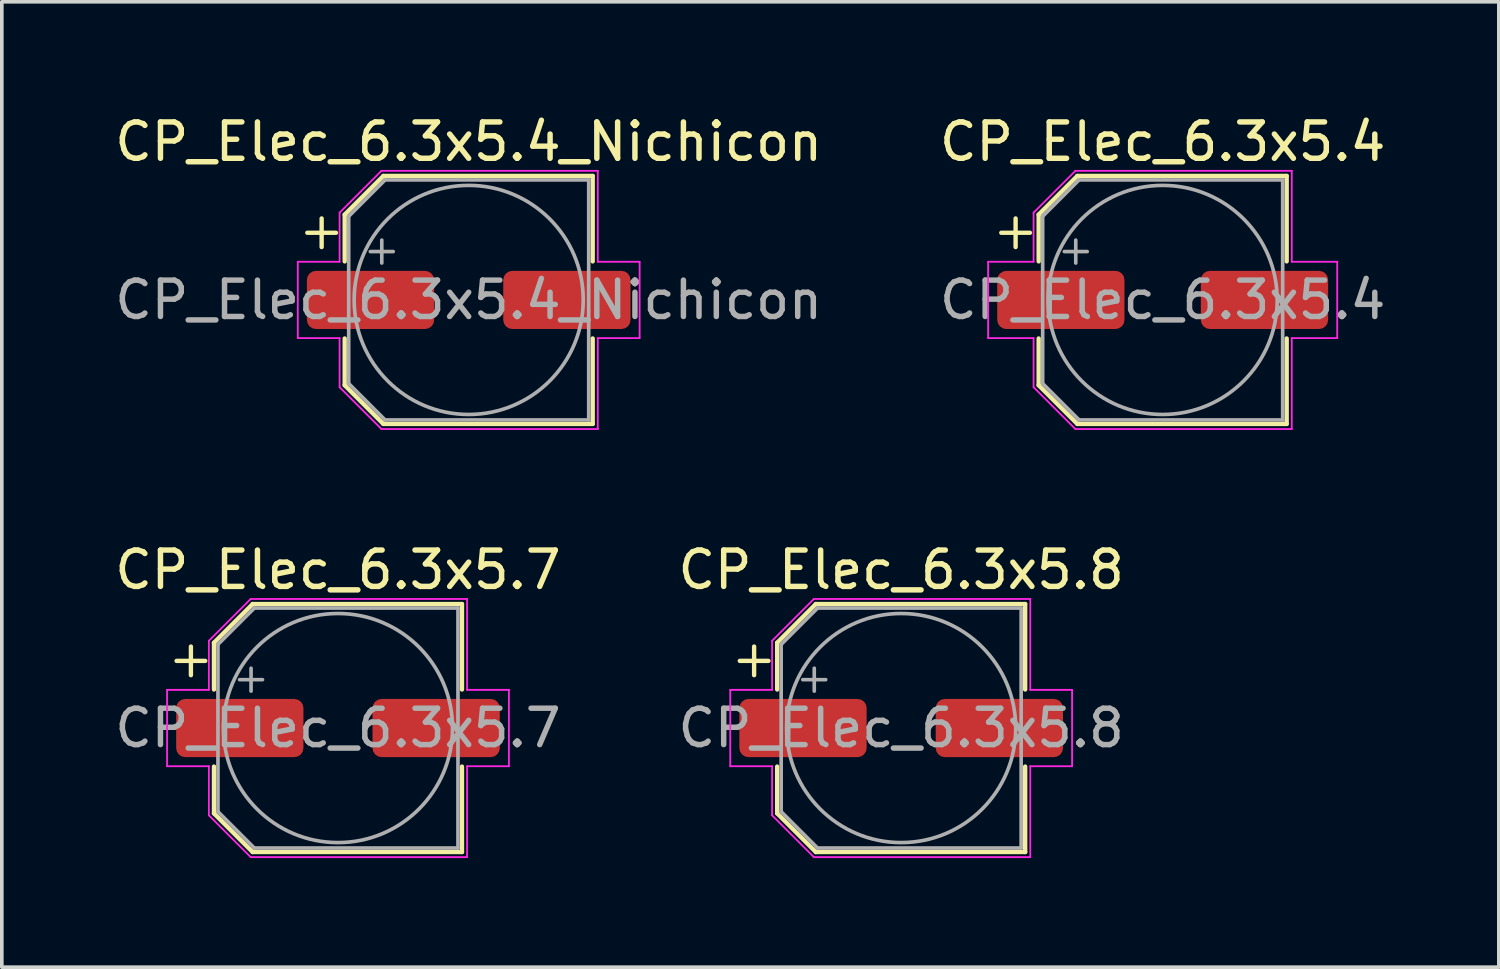
<source format=kicad_pcb>
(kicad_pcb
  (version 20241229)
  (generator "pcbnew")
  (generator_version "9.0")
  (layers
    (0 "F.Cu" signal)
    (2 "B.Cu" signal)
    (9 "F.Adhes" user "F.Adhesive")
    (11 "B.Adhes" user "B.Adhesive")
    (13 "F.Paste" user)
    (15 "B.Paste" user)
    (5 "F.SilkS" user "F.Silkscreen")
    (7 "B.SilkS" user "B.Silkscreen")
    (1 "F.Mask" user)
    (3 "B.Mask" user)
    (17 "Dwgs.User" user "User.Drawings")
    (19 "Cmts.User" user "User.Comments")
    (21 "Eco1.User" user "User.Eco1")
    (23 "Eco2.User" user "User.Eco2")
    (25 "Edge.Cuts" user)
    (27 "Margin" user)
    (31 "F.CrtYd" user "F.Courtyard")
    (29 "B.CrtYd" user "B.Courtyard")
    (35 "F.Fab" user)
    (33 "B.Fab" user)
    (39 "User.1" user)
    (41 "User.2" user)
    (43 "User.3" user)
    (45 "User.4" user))
  (footprint "CP_Elec_6.3x5.4"
    (layer "F.Cu")
    (at 28.923 5.198)
    (property "Reference" "CP_Elec_6.3x5.4" (at 0 -4.35 0) (layer "F.SilkS") (effects (font (size 1 1) (thickness 0.15))))
    (attr smd)
    (fp_line (start -4.438 -1.847) (end -3.65 -1.847) (stroke (width 0.12) (type solid)) (layer "F.SilkS"))
    (fp_line (start -4.044 -2.241) (end -4.044 -1.454) (stroke (width 0.12) (type solid)) (layer "F.SilkS"))
    (fp_line (start -3.41 -2.346) (end -3.41 -1.06) (stroke (width 0.12) (type solid)) (layer "F.SilkS"))
    (fp_line (start -3.41 -2.346) (end -2.346 -3.41) (stroke (width 0.12) (type solid)) (layer "F.SilkS"))
    (fp_line (start -3.41 2.346) (end -3.41 1.06) (stroke (width 0.12) (type solid)) (layer "F.SilkS"))
    (fp_line (start -3.41 2.346) (end -2.346 3.41) (stroke (width 0.12) (type solid)) (layer "F.SilkS"))
    (fp_line (start -2.346 -3.41) (end 3.41 -3.41) (stroke (width 0.12) (type solid)) (layer "F.SilkS"))
    (fp_line (start -2.346 3.41) (end 3.41 3.41) (stroke (width 0.12) (type solid)) (layer "F.SilkS"))
    (fp_line (start 3.41 -3.41) (end 3.41 -1.06) (stroke (width 0.12) (type solid)) (layer "F.SilkS"))
    (fp_line (start 3.41 3.41) (end 3.41 1.06) (stroke (width 0.12) (type solid)) (layer "F.SilkS"))
    (fp_line (start -4.8 -1.05) (end -4.8 1.05) (stroke (width 0.05) (type solid)) (layer "F.CrtYd"))
    (fp_line (start -4.8 1.05) (end -3.55 1.05) (stroke (width 0.05) (type solid)) (layer "F.CrtYd"))
    (fp_line (start -3.55 -2.4) (end -3.55 -1.05) (stroke (width 0.05) (type solid)) (layer "F.CrtYd"))
    (fp_line (start -3.55 -2.4) (end -2.4 -3.55) (stroke (width 0.05) (type solid)) (layer "F.CrtYd"))
    (fp_line (start -3.55 -1.05) (end -4.8 -1.05) (stroke (width 0.05) (type solid)) (layer "F.CrtYd"))
    (fp_line (start -3.55 1.05) (end -3.55 2.4) (stroke (width 0.05) (type solid)) (layer "F.CrtYd"))
    (fp_line (start -3.55 2.4) (end -2.4 3.55) (stroke (width 0.05) (type solid)) (layer "F.CrtYd"))
    (fp_line (start -2.4 -3.55) (end 3.55 -3.55) (stroke (width 0.05) (type solid)) (layer "F.CrtYd"))
    (fp_line (start -2.4 3.55) (end 3.55 3.55) (stroke (width 0.05) (type solid)) (layer "F.CrtYd"))
    (fp_line (start 3.55 -3.55) (end 3.55 -1.05) (stroke (width 0.05) (type solid)) (layer "F.CrtYd"))
    (fp_line (start 3.55 -1.05) (end 4.8 -1.05) (stroke (width 0.05) (type solid)) (layer "F.CrtYd"))
    (fp_line (start 3.55 1.05) (end 3.55 3.55) (stroke (width 0.05) (type solid)) (layer "F.CrtYd"))
    (fp_line (start 4.8 -1.05) (end 4.8 1.05) (stroke (width 0.05) (type solid)) (layer "F.CrtYd"))
    (fp_line (start 4.8 1.05) (end 3.55 1.05) (stroke (width 0.05) (type solid)) (layer "F.CrtYd"))
    (fp_line (start -3.3 -2.3) (end -3.3 2.3) (stroke (width 0.1) (type solid)) (layer "F.Fab"))
    (fp_line (start -3.3 -2.3) (end -2.3 -3.3) (stroke (width 0.1) (type solid)) (layer "F.Fab"))
    (fp_line (start -3.3 2.3) (end -2.3 3.3) (stroke (width 0.1) (type solid)) (layer "F.Fab"))
    (fp_line (start -2.705 -1.33) (end -2.075 -1.33) (stroke (width 0.1) (type solid)) (layer "F.Fab"))
    (fp_line (start -2.39 -1.645) (end -2.39 -1.015) (stroke (width 0.1) (type solid)) (layer "F.Fab"))
    (fp_line (start -2.3 -3.3) (end 3.3 -3.3) (stroke (width 0.1) (type solid)) (layer "F.Fab"))
    (fp_line (start -2.3 3.3) (end 3.3 3.3) (stroke (width 0.1) (type solid)) (layer "F.Fab"))
    (fp_line (start 3.3 -3.3) (end 3.3 3.3) (stroke (width 0.1) (type solid)) (layer "F.Fab"))
    (fp_circle (center 0 0) (end 3.15 0) (stroke (width 0.1) (type solid)) (fill no) (layer "F.Fab"))
    (fp_text user "${REFERENCE}" (at 0 0 0) (layer "F.Fab") (effects (font (size 1 1) (thickness 0.15))))
    (pad "1" smd roundrect (at -2.8 0) (size 3.5 1.6) (layers "F.Cu" "F.Mask" "F.Paste") (roundrect_rratio 0.156))
    (pad "2" smd roundrect (at 2.8 0) (size 3.5 1.6) (layers "F.Cu" "F.Mask" "F.Paste") (roundrect_rratio 0.156)))
  (footprint "CP_Elec_6.3x5.8"
    (layer "F.Cu")
    (at 21.732 16.971)
    (property "Reference" "CP_Elec_6.3x5.8" (at 0 -4.35 0) (layer "F.SilkS") (effects (font (size 1 1) (thickness 0.15))))
    (attr smd)
    (fp_line (start -4.438 -1.847) (end -3.65 -1.847) (stroke (width 0.12) (type solid)) (layer "F.SilkS"))
    (fp_line (start -4.044 -2.241) (end -4.044 -1.454) (stroke (width 0.12) (type solid)) (layer "F.SilkS"))
    (fp_line (start -3.41 -2.346) (end -3.41 -1.06) (stroke (width 0.12) (type solid)) (layer "F.SilkS"))
    (fp_line (start -3.41 -2.346) (end -2.346 -3.41) (stroke (width 0.12) (type solid)) (layer "F.SilkS"))
    (fp_line (start -3.41 2.346) (end -3.41 1.06) (stroke (width 0.12) (type solid)) (layer "F.SilkS"))
    (fp_line (start -3.41 2.346) (end -2.346 3.41) (stroke (width 0.12) (type solid)) (layer "F.SilkS"))
    (fp_line (start -2.346 -3.41) (end 3.41 -3.41) (stroke (width 0.12) (type solid)) (layer "F.SilkS"))
    (fp_line (start -2.346 3.41) (end 3.41 3.41) (stroke (width 0.12) (type solid)) (layer "F.SilkS"))
    (fp_line (start 3.41 -3.41) (end 3.41 -1.06) (stroke (width 0.12) (type solid)) (layer "F.SilkS"))
    (fp_line (start 3.41 3.41) (end 3.41 1.06) (stroke (width 0.12) (type solid)) (layer "F.SilkS"))
    (fp_line (start -4.7 -1.05) (end -4.7 1.05) (stroke (width 0.05) (type solid)) (layer "F.CrtYd"))
    (fp_line (start -4.7 1.05) (end -3.55 1.05) (stroke (width 0.05) (type solid)) (layer "F.CrtYd"))
    (fp_line (start -3.55 -2.4) (end -3.55 -1.05) (stroke (width 0.05) (type solid)) (layer "F.CrtYd"))
    (fp_line (start -3.55 -2.4) (end -2.4 -3.55) (stroke (width 0.05) (type solid)) (layer "F.CrtYd"))
    (fp_line (start -3.55 -1.05) (end -4.7 -1.05) (stroke (width 0.05) (type solid)) (layer "F.CrtYd"))
    (fp_line (start -3.55 1.05) (end -3.55 2.4) (stroke (width 0.05) (type solid)) (layer "F.CrtYd"))
    (fp_line (start -3.55 2.4) (end -2.4 3.55) (stroke (width 0.05) (type solid)) (layer "F.CrtYd"))
    (fp_line (start -2.4 -3.55) (end 3.55 -3.55) (stroke (width 0.05) (type solid)) (layer "F.CrtYd"))
    (fp_line (start -2.4 3.55) (end 3.55 3.55) (stroke (width 0.05) (type solid)) (layer "F.CrtYd"))
    (fp_line (start 3.55 -3.55) (end 3.55 -1.05) (stroke (width 0.05) (type solid)) (layer "F.CrtYd"))
    (fp_line (start 3.55 -1.05) (end 4.7 -1.05) (stroke (width 0.05) (type solid)) (layer "F.CrtYd"))
    (fp_line (start 3.55 1.05) (end 3.55 3.55) (stroke (width 0.05) (type solid)) (layer "F.CrtYd"))
    (fp_line (start 4.7 -1.05) (end 4.7 1.05) (stroke (width 0.05) (type solid)) (layer "F.CrtYd"))
    (fp_line (start 4.7 1.05) (end 3.55 1.05) (stroke (width 0.05) (type solid)) (layer "F.CrtYd"))
    (fp_line (start -3.3 -2.3) (end -3.3 2.3) (stroke (width 0.1) (type solid)) (layer "F.Fab"))
    (fp_line (start -3.3 -2.3) (end -2.3 -3.3) (stroke (width 0.1) (type solid)) (layer "F.Fab"))
    (fp_line (start -3.3 2.3) (end -2.3 3.3) (stroke (width 0.1) (type solid)) (layer "F.Fab"))
    (fp_line (start -2.705 -1.33) (end -2.075 -1.33) (stroke (width 0.1) (type solid)) (layer "F.Fab"))
    (fp_line (start -2.39 -1.645) (end -2.39 -1.015) (stroke (width 0.1) (type solid)) (layer "F.Fab"))
    (fp_line (start -2.3 -3.3) (end 3.3 -3.3) (stroke (width 0.1) (type solid)) (layer "F.Fab"))
    (fp_line (start -2.3 3.3) (end 3.3 3.3) (stroke (width 0.1) (type solid)) (layer "F.Fab"))
    (fp_line (start 3.3 -3.3) (end 3.3 3.3) (stroke (width 0.1) (type solid)) (layer "F.Fab"))
    (fp_circle (center 0 0) (end 3.15 0) (stroke (width 0.1) (type solid)) (fill no) (layer "F.Fab"))
    (fp_text user "${REFERENCE}" (at 0 0 0) (layer "F.Fab") (effects (font (size 1 1) (thickness 0.15))))
    (pad "1" smd roundrect (at -2.7 0) (size 3.5 1.6) (layers "F.Cu" "F.Mask" "F.Paste") (roundrect_rratio 0.156))
    (pad "2" smd roundrect (at 2.7 0) (size 3.5 1.6) (layers "F.Cu" "F.Mask" "F.Paste") (roundrect_rratio 0.156)))
  (footprint "CP_Elec_6.3x5.7"
    (layer "F.Cu")
    (at 6.244 16.971)
    (property "Reference" "CP_Elec_6.3x5.7" (at 0 -4.35 0) (layer "F.SilkS") (effects (font (size 1 1) (thickness 0.15))))
    (attr smd)
    (fp_line (start -4.438 -1.847) (end -3.65 -1.847) (stroke (width 0.12) (type solid)) (layer "F.SilkS"))
    (fp_line (start -4.044 -2.241) (end -4.044 -1.454) (stroke (width 0.12) (type solid)) (layer "F.SilkS"))
    (fp_line (start -3.41 -2.346) (end -3.41 -1.06) (stroke (width 0.12) (type solid)) (layer "F.SilkS"))
    (fp_line (start -3.41 -2.346) (end -2.346 -3.41) (stroke (width 0.12) (type solid)) (layer "F.SilkS"))
    (fp_line (start -3.41 2.346) (end -3.41 1.06) (stroke (width 0.12) (type solid)) (layer "F.SilkS"))
    (fp_line (start -3.41 2.346) (end -2.346 3.41) (stroke (width 0.12) (type solid)) (layer "F.SilkS"))
    (fp_line (start -2.346 -3.41) (end 3.41 -3.41) (stroke (width 0.12) (type solid)) (layer "F.SilkS"))
    (fp_line (start -2.346 3.41) (end 3.41 3.41) (stroke (width 0.12) (type solid)) (layer "F.SilkS"))
    (fp_line (start 3.41 -3.41) (end 3.41 -1.06) (stroke (width 0.12) (type solid)) (layer "F.SilkS"))
    (fp_line (start 3.41 3.41) (end 3.41 1.06) (stroke (width 0.12) (type solid)) (layer "F.SilkS"))
    (fp_line (start -4.7 -1.05) (end -4.7 1.05) (stroke (width 0.05) (type solid)) (layer "F.CrtYd"))
    (fp_line (start -4.7 1.05) (end -3.55 1.05) (stroke (width 0.05) (type solid)) (layer "F.CrtYd"))
    (fp_line (start -3.55 -2.4) (end -3.55 -1.05) (stroke (width 0.05) (type solid)) (layer "F.CrtYd"))
    (fp_line (start -3.55 -2.4) (end -2.4 -3.55) (stroke (width 0.05) (type solid)) (layer "F.CrtYd"))
    (fp_line (start -3.55 -1.05) (end -4.7 -1.05) (stroke (width 0.05) (type solid)) (layer "F.CrtYd"))
    (fp_line (start -3.55 1.05) (end -3.55 2.4) (stroke (width 0.05) (type solid)) (layer "F.CrtYd"))
    (fp_line (start -3.55 2.4) (end -2.4 3.55) (stroke (width 0.05) (type solid)) (layer "F.CrtYd"))
    (fp_line (start -2.4 -3.55) (end 3.55 -3.55) (stroke (width 0.05) (type solid)) (layer "F.CrtYd"))
    (fp_line (start -2.4 3.55) (end 3.55 3.55) (stroke (width 0.05) (type solid)) (layer "F.CrtYd"))
    (fp_line (start 3.55 -3.55) (end 3.55 -1.05) (stroke (width 0.05) (type solid)) (layer "F.CrtYd"))
    (fp_line (start 3.55 -1.05) (end 4.7 -1.05) (stroke (width 0.05) (type solid)) (layer "F.CrtYd"))
    (fp_line (start 3.55 1.05) (end 3.55 3.55) (stroke (width 0.05) (type solid)) (layer "F.CrtYd"))
    (fp_line (start 4.7 -1.05) (end 4.7 1.05) (stroke (width 0.05) (type solid)) (layer "F.CrtYd"))
    (fp_line (start 4.7 1.05) (end 3.55 1.05) (stroke (width 0.05) (type solid)) (layer "F.CrtYd"))
    (fp_line (start -3.3 -2.3) (end -3.3 2.3) (stroke (width 0.1) (type solid)) (layer "F.Fab"))
    (fp_line (start -3.3 -2.3) (end -2.3 -3.3) (stroke (width 0.1) (type solid)) (layer "F.Fab"))
    (fp_line (start -3.3 2.3) (end -2.3 3.3) (stroke (width 0.1) (type solid)) (layer "F.Fab"))
    (fp_line (start -2.705 -1.33) (end -2.075 -1.33) (stroke (width 0.1) (type solid)) (layer "F.Fab"))
    (fp_line (start -2.39 -1.645) (end -2.39 -1.015) (stroke (width 0.1) (type solid)) (layer "F.Fab"))
    (fp_line (start -2.3 -3.3) (end 3.3 -3.3) (stroke (width 0.1) (type solid)) (layer "F.Fab"))
    (fp_line (start -2.3 3.3) (end 3.3 3.3) (stroke (width 0.1) (type solid)) (layer "F.Fab"))
    (fp_line (start 3.3 -3.3) (end 3.3 3.3) (stroke (width 0.1) (type solid)) (layer "F.Fab"))
    (fp_circle (center 0 0) (end 3.15 0) (stroke (width 0.1) (type solid)) (fill no) (layer "F.Fab"))
    (fp_text user "${REFERENCE}" (at 0 0 0) (layer "F.Fab") (effects (font (size 1 1) (thickness 0.15))))
    (pad "1" smd roundrect (at -2.7 0) (size 3.5 1.6) (layers "F.Cu" "F.Mask" "F.Paste") (roundrect_rratio 0.156))
    (pad "2" smd roundrect (at 2.7 0) (size 3.5 1.6) (layers "F.Cu" "F.Mask" "F.Paste") (roundrect_rratio 0.156)))
  (footprint "CP_Elec_6.3x5.4_Nichicon"
    (layer "F.Cu")
    (at 9.839 5.198)
    (property "Reference" "CP_Elec_6.3x5.4_Nichicon" (at 0 -4.35 0) (layer "F.SilkS") (effects (font (size 1 1) (thickness 0.15))))
    (attr smd)
    (fp_line (start -4.438 -1.847) (end -3.65 -1.847) (stroke (width 0.12) (type solid)) (layer "F.SilkS"))
    (fp_line (start -4.044 -2.241) (end -4.044 -1.454) (stroke (width 0.12) (type solid)) (layer "F.SilkS"))
    (fp_line (start -3.41 -2.346) (end -3.41 -1.06) (stroke (width 0.12) (type solid)) (layer "F.SilkS"))
    (fp_line (start -3.41 -2.346) (end -2.346 -3.41) (stroke (width 0.12) (type solid)) (layer "F.SilkS"))
    (fp_line (start -3.41 2.346) (end -3.41 1.06) (stroke (width 0.12) (type solid)) (layer "F.SilkS"))
    (fp_line (start -3.41 2.346) (end -2.346 3.41) (stroke (width 0.12) (type solid)) (layer "F.SilkS"))
    (fp_line (start -2.346 -3.41) (end 3.41 -3.41) (stroke (width 0.12) (type solid)) (layer "F.SilkS"))
    (fp_line (start -2.346 3.41) (end 3.41 3.41) (stroke (width 0.12) (type solid)) (layer "F.SilkS"))
    (fp_line (start 3.41 -3.41) (end 3.41 -1.06) (stroke (width 0.12) (type solid)) (layer "F.SilkS"))
    (fp_line (start 3.41 3.41) (end 3.41 1.06) (stroke (width 0.12) (type solid)) (layer "F.SilkS"))
    (fp_line (start -4.7 -1.05) (end -4.7 1.05) (stroke (width 0.05) (type solid)) (layer "F.CrtYd"))
    (fp_line (start -4.7 1.05) (end -3.55 1.05) (stroke (width 0.05) (type solid)) (layer "F.CrtYd"))
    (fp_line (start -3.55 -2.4) (end -3.55 -1.05) (stroke (width 0.05) (type solid)) (layer "F.CrtYd"))
    (fp_line (start -3.55 -2.4) (end -2.4 -3.55) (stroke (width 0.05) (type solid)) (layer "F.CrtYd"))
    (fp_line (start -3.55 -1.05) (end -4.7 -1.05) (stroke (width 0.05) (type solid)) (layer "F.CrtYd"))
    (fp_line (start -3.55 1.05) (end -3.55 2.4) (stroke (width 0.05) (type solid)) (layer "F.CrtYd"))
    (fp_line (start -3.55 2.4) (end -2.4 3.55) (stroke (width 0.05) (type solid)) (layer "F.CrtYd"))
    (fp_line (start -2.4 -3.55) (end 3.55 -3.55) (stroke (width 0.05) (type solid)) (layer "F.CrtYd"))
    (fp_line (start -2.4 3.55) (end 3.55 3.55) (stroke (width 0.05) (type solid)) (layer "F.CrtYd"))
    (fp_line (start 3.55 -3.55) (end 3.55 -1.05) (stroke (width 0.05) (type solid)) (layer "F.CrtYd"))
    (fp_line (start 3.55 -1.05) (end 4.7 -1.05) (stroke (width 0.05) (type solid)) (layer "F.CrtYd"))
    (fp_line (start 3.55 1.05) (end 3.55 3.55) (stroke (width 0.05) (type solid)) (layer "F.CrtYd"))
    (fp_line (start 4.7 -1.05) (end 4.7 1.05) (stroke (width 0.05) (type solid)) (layer "F.CrtYd"))
    (fp_line (start 4.7 1.05) (end 3.55 1.05) (stroke (width 0.05) (type solid)) (layer "F.CrtYd"))
    (fp_line (start -3.3 -2.3) (end -3.3 2.3) (stroke (width 0.1) (type solid)) (layer "F.Fab"))
    (fp_line (start -3.3 -2.3) (end -2.3 -3.3) (stroke (width 0.1) (type solid)) (layer "F.Fab"))
    (fp_line (start -3.3 2.3) (end -2.3 3.3) (stroke (width 0.1) (type solid)) (layer "F.Fab"))
    (fp_line (start -2.705 -1.33) (end -2.075 -1.33) (stroke (width 0.1) (type solid)) (layer "F.Fab"))
    (fp_line (start -2.39 -1.645) (end -2.39 -1.015) (stroke (width 0.1) (type solid)) (layer "F.Fab"))
    (fp_line (start -2.3 -3.3) (end 3.3 -3.3) (stroke (width 0.1) (type solid)) (layer "F.Fab"))
    (fp_line (start -2.3 3.3) (end 3.3 3.3) (stroke (width 0.1) (type solid)) (layer "F.Fab"))
    (fp_line (start 3.3 -3.3) (end 3.3 3.3) (stroke (width 0.1) (type solid)) (layer "F.Fab"))
    (fp_circle (center 0 0) (end 3.15 0) (stroke (width 0.1) (type solid)) (fill no) (layer "F.Fab"))
    (fp_text user "${REFERENCE}" (at 0 0 0) (layer "F.Fab") (effects (font (size 1 1) (thickness 0.15))))
    (pad "1" smd roundrect (at -2.7 0) (size 3.5 1.6) (layers "F.Cu" "F.Mask" "F.Paste") (roundrect_rratio 0.156))
    (pad "2" smd roundrect (at 2.7 0) (size 3.5 1.6) (layers "F.Cu" "F.Mask" "F.Paste") (roundrect_rratio 0.156)))
  (gr_rect
    (start -3 -3)
    (end 38.167 23.547)
    (stroke (width 0.1) (type default))
    (fill no)
    (layer "Edge.Cuts")))
</source>
